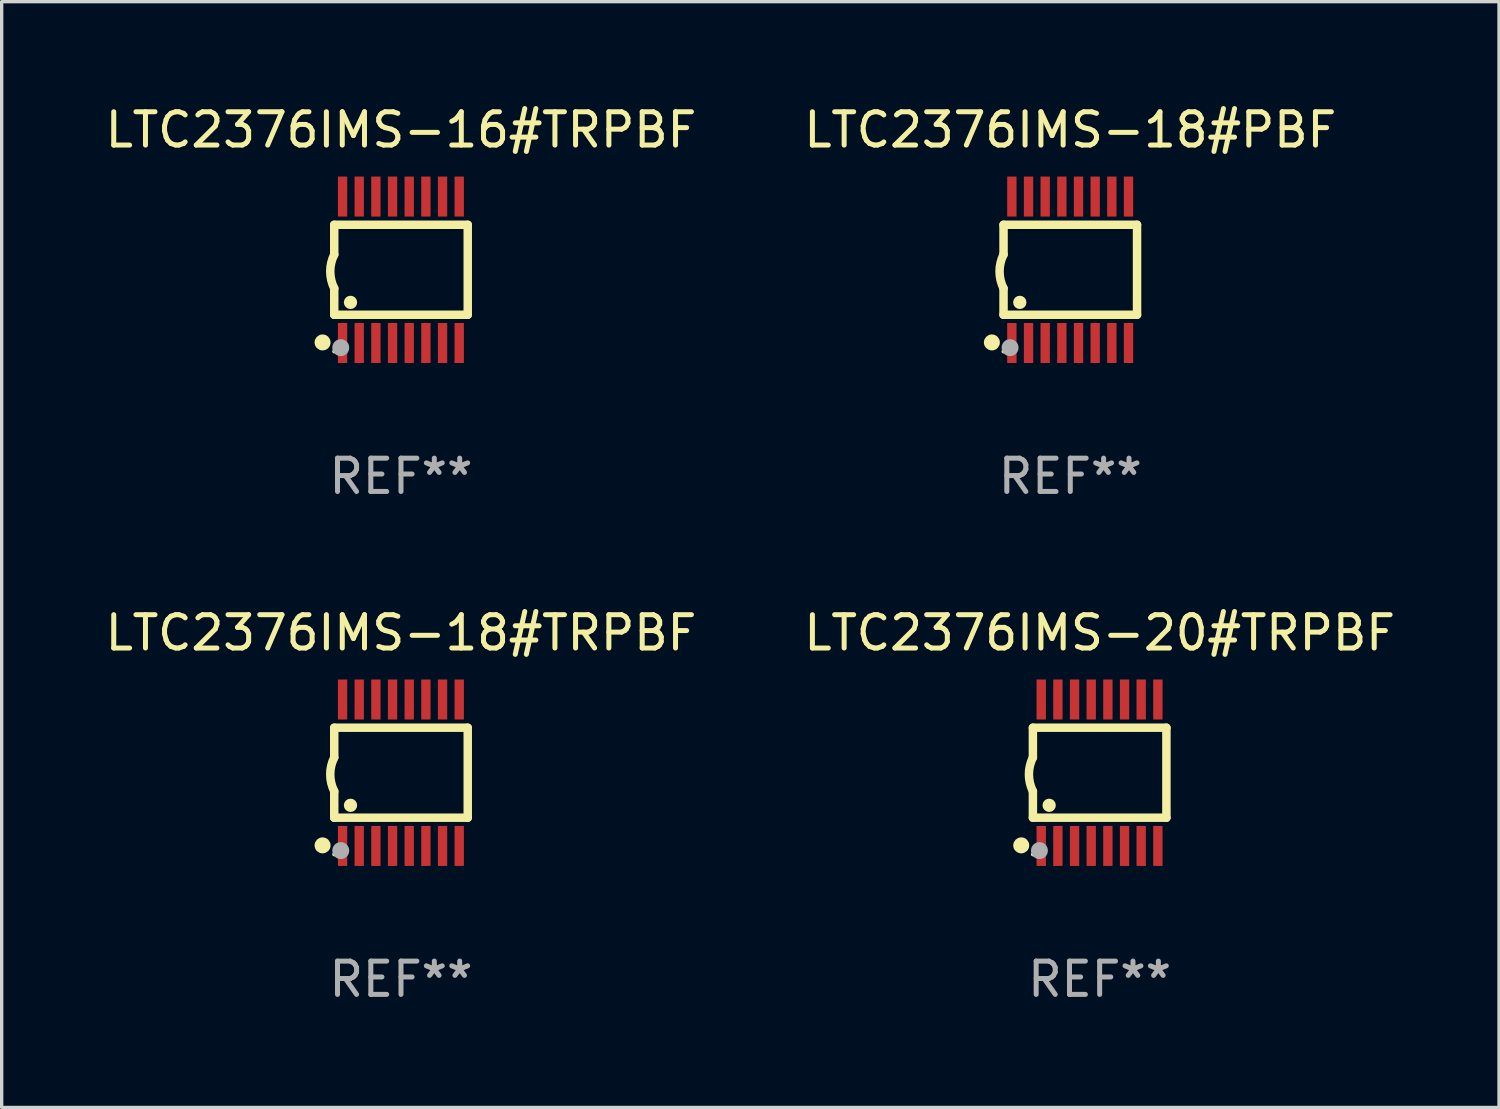
<source format=kicad_pcb>
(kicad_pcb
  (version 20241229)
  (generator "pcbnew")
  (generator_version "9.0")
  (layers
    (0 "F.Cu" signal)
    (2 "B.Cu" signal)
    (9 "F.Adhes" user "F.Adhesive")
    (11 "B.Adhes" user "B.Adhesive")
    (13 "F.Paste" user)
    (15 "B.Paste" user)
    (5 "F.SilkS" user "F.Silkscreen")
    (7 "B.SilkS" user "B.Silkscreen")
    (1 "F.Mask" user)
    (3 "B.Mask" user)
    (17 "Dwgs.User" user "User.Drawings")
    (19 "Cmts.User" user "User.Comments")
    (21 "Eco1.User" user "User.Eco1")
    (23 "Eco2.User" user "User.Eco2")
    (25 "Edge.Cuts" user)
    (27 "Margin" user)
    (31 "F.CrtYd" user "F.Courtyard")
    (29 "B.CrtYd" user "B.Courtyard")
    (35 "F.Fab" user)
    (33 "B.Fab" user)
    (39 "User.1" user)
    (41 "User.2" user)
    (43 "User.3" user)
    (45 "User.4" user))
  (footprint "LTC2376IMS-16#TRPBF"
    (layer "F.Cu")
    (at 8.982 5.045)
    (property "Reference" "LTC2376IMS-16#TRPBF" (at 0 -4.197 0) (layer "F.SilkS") (effects (font (size 1 1) (thickness 0.15))))
    (attr through_hole)
    (fp_line (start -2.003 -1.35) (end -2.003 -0.457) (stroke (width 0.254) (type solid)) (layer "F.SilkS"))
    (fp_line (start -2.003 -1.35) (end 2.003 -1.35) (stroke (width 0.254) (type solid)) (layer "F.SilkS"))
    (fp_line (start -2.003 1.35) (end -2.003 0.559) (stroke (width 0.254) (type solid)) (layer "F.SilkS"))
    (fp_line (start -2.003 1.35) (end 2.003 1.35) (stroke (width 0.254) (type solid)) (layer "F.SilkS"))
    (fp_line (start 2.003 -1.35) (end 2.003 1.35) (stroke (width 0.254) (type solid)) (layer "F.SilkS"))
    (fp_arc (start -2.002286 0.558802) (mid -2.122556 0.05092) (end -2.003302 -0.457201) (stroke (width 0.254001) (type solid)) (layer "F.SilkS"))
    (fp_circle (center -2.353 2.18) (end -2.233 2.18) (stroke (width 0.24) (type solid)) (fill no) (layer "F.SilkS"))
    (fp_circle (center -2.003 2.45) (end -1.973 2.45) (stroke (width 0.06) (type solid)) (fill no) (layer "F.SilkS"))
    (fp_circle (center -1.515 0.978) (end -1.415 0.978) (stroke (width 0.2) (type solid)) (fill no) (layer "F.SilkS"))
    (fp_circle (center -1.807 2.337) (end -1.68 2.337) (stroke (width 0.254) (type solid)) (fill no) (layer "F.Fab"))
    (fp_text user "REF**" (at 0 6.197 0) (layer "F.Fab") (effects (font (size 1 1) (thickness 0.15))))
    (pad "1" smd rect (at -1.753 2.197 90) (size 1.2 0.28) (layers "F.Cu" "F.Mask" "F.Paste"))
    (pad "2" smd rect (at -1.253 2.197 90) (size 1.2 0.28) (layers "F.Cu" "F.Mask" "F.Paste"))
    (pad "3" smd rect (at -0.753 2.197 90) (size 1.2 0.28) (layers "F.Cu" "F.Mask" "F.Paste"))
    (pad "4" smd rect (at -0.253 2.197 90) (size 1.2 0.28) (layers "F.Cu" "F.Mask" "F.Paste"))
    (pad "5" smd rect (at 0.247 2.197 90) (size 1.2 0.28) (layers "F.Cu" "F.Mask" "F.Paste"))
    (pad "6" smd rect (at 0.747 2.197 90) (size 1.2 0.28) (layers "F.Cu" "F.Mask" "F.Paste"))
    (pad "7" smd rect (at 1.247 2.197 90) (size 1.2 0.28) (layers "F.Cu" "F.Mask" "F.Paste"))
    (pad "8" smd rect (at 1.747 2.197 90) (size 1.2 0.28) (layers "F.Cu" "F.Mask" "F.Paste"))
    (pad "9" smd rect (at 1.747 -2.197 90) (size 1.2 0.28) (layers "F.Cu" "F.Mask" "F.Paste"))
    (pad "10" smd rect (at 1.247 -2.197 90) (size 1.2 0.28) (layers "F.Cu" "F.Mask" "F.Paste"))
    (pad "11" smd rect (at 0.747 -2.197 90) (size 1.2 0.28) (layers "F.Cu" "F.Mask" "F.Paste"))
    (pad "12" smd rect (at 0.247 -2.197 90) (size 1.2 0.28) (layers "F.Cu" "F.Mask" "F.Paste"))
    (pad "13" smd rect (at -0.253 -2.197 90) (size 1.2 0.28) (layers "F.Cu" "F.Mask" "F.Paste"))
    (pad "14" smd rect (at -0.753 -2.197 90) (size 1.2 0.28) (layers "F.Cu" "F.Mask" "F.Paste"))
    (pad "15" smd rect (at -1.253 -2.197 90) (size 1.2 0.28) (layers "F.Cu" "F.Mask" "F.Paste"))
    (pad "16" smd rect (at -1.753 -2.197 90) (size 1.2 0.28) (layers "F.Cu" "F.Mask" "F.Paste")))
  (footprint "LTC2376IMS-18#TRPBF"
    (layer "F.Cu")
    (at 8.982 20.136)
    (property "Reference" "LTC2376IMS-18#TRPBF" (at 0 -4.197 0) (layer "F.SilkS") (effects (font (size 1 1) (thickness 0.15))))
    (attr through_hole)
    (fp_line (start -2.003 -1.35) (end -2.003 -0.457) (stroke (width 0.254) (type solid)) (layer "F.SilkS"))
    (fp_line (start -2.003 -1.35) (end 2.003 -1.35) (stroke (width 0.254) (type solid)) (layer "F.SilkS"))
    (fp_line (start -2.003 1.35) (end -2.003 0.559) (stroke (width 0.254) (type solid)) (layer "F.SilkS"))
    (fp_line (start -2.003 1.35) (end 2.003 1.35) (stroke (width 0.254) (type solid)) (layer "F.SilkS"))
    (fp_line (start 2.003 -1.35) (end 2.003 1.35) (stroke (width 0.254) (type solid)) (layer "F.SilkS"))
    (fp_arc (start -2.002286 0.558802) (mid -2.122556 0.05092) (end -2.003302 -0.457201) (stroke (width 0.254001) (type solid)) (layer "F.SilkS"))
    (fp_circle (center -2.353 2.18) (end -2.233 2.18) (stroke (width 0.24) (type solid)) (fill no) (layer "F.SilkS"))
    (fp_circle (center -2.003 2.45) (end -1.973 2.45) (stroke (width 0.06) (type solid)) (fill no) (layer "F.SilkS"))
    (fp_circle (center -1.515 0.978) (end -1.415 0.978) (stroke (width 0.2) (type solid)) (fill no) (layer "F.SilkS"))
    (fp_circle (center -1.807 2.337) (end -1.68 2.337) (stroke (width 0.254) (type solid)) (fill no) (layer "F.Fab"))
    (fp_text user "REF**" (at 0 6.197 0) (layer "F.Fab") (effects (font (size 1 1) (thickness 0.15))))
    (pad "1" smd rect (at -1.753 2.197 90) (size 1.2 0.28) (layers "F.Cu" "F.Mask" "F.Paste"))
    (pad "2" smd rect (at -1.253 2.197 90) (size 1.2 0.28) (layers "F.Cu" "F.Mask" "F.Paste"))
    (pad "3" smd rect (at -0.753 2.197 90) (size 1.2 0.28) (layers "F.Cu" "F.Mask" "F.Paste"))
    (pad "4" smd rect (at -0.253 2.197 90) (size 1.2 0.28) (layers "F.Cu" "F.Mask" "F.Paste"))
    (pad "5" smd rect (at 0.247 2.197 90) (size 1.2 0.28) (layers "F.Cu" "F.Mask" "F.Paste"))
    (pad "6" smd rect (at 0.747 2.197 90) (size 1.2 0.28) (layers "F.Cu" "F.Mask" "F.Paste"))
    (pad "7" smd rect (at 1.247 2.197 90) (size 1.2 0.28) (layers "F.Cu" "F.Mask" "F.Paste"))
    (pad "8" smd rect (at 1.747 2.197 90) (size 1.2 0.28) (layers "F.Cu" "F.Mask" "F.Paste"))
    (pad "9" smd rect (at 1.747 -2.197 90) (size 1.2 0.28) (layers "F.Cu" "F.Mask" "F.Paste"))
    (pad "10" smd rect (at 1.247 -2.197 90) (size 1.2 0.28) (layers "F.Cu" "F.Mask" "F.Paste"))
    (pad "11" smd rect (at 0.747 -2.197 90) (size 1.2 0.28) (layers "F.Cu" "F.Mask" "F.Paste"))
    (pad "12" smd rect (at 0.247 -2.197 90) (size 1.2 0.28) (layers "F.Cu" "F.Mask" "F.Paste"))
    (pad "13" smd rect (at -0.253 -2.197 90) (size 1.2 0.28) (layers "F.Cu" "F.Mask" "F.Paste"))
    (pad "14" smd rect (at -0.753 -2.197 90) (size 1.2 0.28) (layers "F.Cu" "F.Mask" "F.Paste"))
    (pad "15" smd rect (at -1.253 -2.197 90) (size 1.2 0.28) (layers "F.Cu" "F.Mask" "F.Paste"))
    (pad "16" smd rect (at -1.753 -2.197 90) (size 1.2 0.28) (layers "F.Cu" "F.Mask" "F.Paste")))
  (footprint "LTC2376IMS-18#PBF"
    (layer "F.Cu")
    (at 29.065 5.045)
    (property "Reference" "LTC2376IMS-18#PBF" (at 0 -4.197 0) (layer "F.SilkS") (effects (font (size 1 1) (thickness 0.15))))
    (attr through_hole)
    (fp_line (start -2.003 -1.35) (end -2.003 -0.457) (stroke (width 0.254) (type solid)) (layer "F.SilkS"))
    (fp_line (start -2.003 -1.35) (end 2.003 -1.35) (stroke (width 0.254) (type solid)) (layer "F.SilkS"))
    (fp_line (start -2.003 1.35) (end -2.003 0.559) (stroke (width 0.254) (type solid)) (layer "F.SilkS"))
    (fp_line (start -2.003 1.35) (end 2.003 1.35) (stroke (width 0.254) (type solid)) (layer "F.SilkS"))
    (fp_line (start 2.003 -1.35) (end 2.003 1.35) (stroke (width 0.254) (type solid)) (layer "F.SilkS"))
    (fp_arc (start -2.002286 0.558802) (mid -2.122556 0.05092) (end -2.003302 -0.457201) (stroke (width 0.254001) (type solid)) (layer "F.SilkS"))
    (fp_circle (center -2.353 2.18) (end -2.233 2.18) (stroke (width 0.24) (type solid)) (fill no) (layer "F.SilkS"))
    (fp_circle (center -2.003 2.45) (end -1.973 2.45) (stroke (width 0.06) (type solid)) (fill no) (layer "F.SilkS"))
    (fp_circle (center -1.515 0.978) (end -1.415 0.978) (stroke (width 0.2) (type solid)) (fill no) (layer "F.SilkS"))
    (fp_circle (center -1.807 2.337) (end -1.68 2.337) (stroke (width 0.254) (type solid)) (fill no) (layer "F.Fab"))
    (fp_text user "REF**" (at 0 6.197 0) (layer "F.Fab") (effects (font (size 1 1) (thickness 0.15))))
    (pad "1" smd rect (at -1.753 2.197 90) (size 1.2 0.28) (layers "F.Cu" "F.Mask" "F.Paste"))
    (pad "2" smd rect (at -1.253 2.197 90) (size 1.2 0.28) (layers "F.Cu" "F.Mask" "F.Paste"))
    (pad "3" smd rect (at -0.753 2.197 90) (size 1.2 0.28) (layers "F.Cu" "F.Mask" "F.Paste"))
    (pad "4" smd rect (at -0.253 2.197 90) (size 1.2 0.28) (layers "F.Cu" "F.Mask" "F.Paste"))
    (pad "5" smd rect (at 0.247 2.197 90) (size 1.2 0.28) (layers "F.Cu" "F.Mask" "F.Paste"))
    (pad "6" smd rect (at 0.747 2.197 90) (size 1.2 0.28) (layers "F.Cu" "F.Mask" "F.Paste"))
    (pad "7" smd rect (at 1.247 2.197 90) (size 1.2 0.28) (layers "F.Cu" "F.Mask" "F.Paste"))
    (pad "8" smd rect (at 1.747 2.197 90) (size 1.2 0.28) (layers "F.Cu" "F.Mask" "F.Paste"))
    (pad "9" smd rect (at 1.747 -2.197 90) (size 1.2 0.28) (layers "F.Cu" "F.Mask" "F.Paste"))
    (pad "10" smd rect (at 1.247 -2.197 90) (size 1.2 0.28) (layers "F.Cu" "F.Mask" "F.Paste"))
    (pad "11" smd rect (at 0.747 -2.197 90) (size 1.2 0.28) (layers "F.Cu" "F.Mask" "F.Paste"))
    (pad "12" smd rect (at 0.247 -2.197 90) (size 1.2 0.28) (layers "F.Cu" "F.Mask" "F.Paste"))
    (pad "13" smd rect (at -0.253 -2.197 90) (size 1.2 0.28) (layers "F.Cu" "F.Mask" "F.Paste"))
    (pad "14" smd rect (at -0.753 -2.197 90) (size 1.2 0.28) (layers "F.Cu" "F.Mask" "F.Paste"))
    (pad "15" smd rect (at -1.253 -2.197 90) (size 1.2 0.28) (layers "F.Cu" "F.Mask" "F.Paste"))
    (pad "16" smd rect (at -1.753 -2.197 90) (size 1.2 0.28) (layers "F.Cu" "F.Mask" "F.Paste")))
  (footprint "LTC2376IMS-20#TRPBF"
    (layer "F.Cu")
    (at 29.946 20.136)
    (property "Reference" "LTC2376IMS-20#TRPBF" (at 0 -4.197 0) (layer "F.SilkS") (effects (font (size 1 1) (thickness 0.15))))
    (attr through_hole)
    (fp_line (start -2.003 -1.35) (end -2.003 -0.457) (stroke (width 0.254) (type solid)) (layer "F.SilkS"))
    (fp_line (start -2.003 -1.35) (end 2.003 -1.35) (stroke (width 0.254) (type solid)) (layer "F.SilkS"))
    (fp_line (start -2.003 1.35) (end -2.003 0.559) (stroke (width 0.254) (type solid)) (layer "F.SilkS"))
    (fp_line (start -2.003 1.35) (end 2.003 1.35) (stroke (width 0.254) (type solid)) (layer "F.SilkS"))
    (fp_line (start 2.003 -1.35) (end 2.003 1.35) (stroke (width 0.254) (type solid)) (layer "F.SilkS"))
    (fp_arc (start -2.002286 0.558802) (mid -2.122556 0.05092) (end -2.003302 -0.457201) (stroke (width 0.254001) (type solid)) (layer "F.SilkS"))
    (fp_circle (center -2.353 2.18) (end -2.233 2.18) (stroke (width 0.24) (type solid)) (fill no) (layer "F.SilkS"))
    (fp_circle (center -2.003 2.45) (end -1.973 2.45) (stroke (width 0.06) (type solid)) (fill no) (layer "F.SilkS"))
    (fp_circle (center -1.515 0.978) (end -1.415 0.978) (stroke (width 0.2) (type solid)) (fill no) (layer "F.SilkS"))
    (fp_circle (center -1.807 2.337) (end -1.68 2.337) (stroke (width 0.254) (type solid)) (fill no) (layer "F.Fab"))
    (fp_text user "REF**" (at 0 6.197 0) (layer "F.Fab") (effects (font (size 1 1) (thickness 0.15))))
    (pad "1" smd rect (at -1.753 2.197 90) (size 1.2 0.28) (layers "F.Cu" "F.Mask" "F.Paste"))
    (pad "2" smd rect (at -1.253 2.197 90) (size 1.2 0.28) (layers "F.Cu" "F.Mask" "F.Paste"))
    (pad "3" smd rect (at -0.753 2.197 90) (size 1.2 0.28) (layers "F.Cu" "F.Mask" "F.Paste"))
    (pad "4" smd rect (at -0.253 2.197 90) (size 1.2 0.28) (layers "F.Cu" "F.Mask" "F.Paste"))
    (pad "5" smd rect (at 0.247 2.197 90) (size 1.2 0.28) (layers "F.Cu" "F.Mask" "F.Paste"))
    (pad "6" smd rect (at 0.747 2.197 90) (size 1.2 0.28) (layers "F.Cu" "F.Mask" "F.Paste"))
    (pad "7" smd rect (at 1.247 2.197 90) (size 1.2 0.28) (layers "F.Cu" "F.Mask" "F.Paste"))
    (pad "8" smd rect (at 1.747 2.197 90) (size 1.2 0.28) (layers "F.Cu" "F.Mask" "F.Paste"))
    (pad "9" smd rect (at 1.747 -2.197 90) (size 1.2 0.28) (layers "F.Cu" "F.Mask" "F.Paste"))
    (pad "10" smd rect (at 1.247 -2.197 90) (size 1.2 0.28) (layers "F.Cu" "F.Mask" "F.Paste"))
    (pad "11" smd rect (at 0.747 -2.197 90) (size 1.2 0.28) (layers "F.Cu" "F.Mask" "F.Paste"))
    (pad "12" smd rect (at 0.247 -2.197 90) (size 1.2 0.28) (layers "F.Cu" "F.Mask" "F.Paste"))
    (pad "13" smd rect (at -0.253 -2.197 90) (size 1.2 0.28) (layers "F.Cu" "F.Mask" "F.Paste"))
    (pad "14" smd rect (at -0.753 -2.197 90) (size 1.2 0.28) (layers "F.Cu" "F.Mask" "F.Paste"))
    (pad "15" smd rect (at -1.253 -2.197 90) (size 1.2 0.28) (layers "F.Cu" "F.Mask" "F.Paste"))
    (pad "16" smd rect (at -1.753 -2.197 90) (size 1.2 0.28) (layers "F.Cu" "F.Mask" "F.Paste")))
  (gr_rect
    (start -3 -3)
    (end 41.929 30.181)
    (stroke (width 0.1) (type default))
    (fill no)
    (layer "Edge.Cuts")))
</source>
